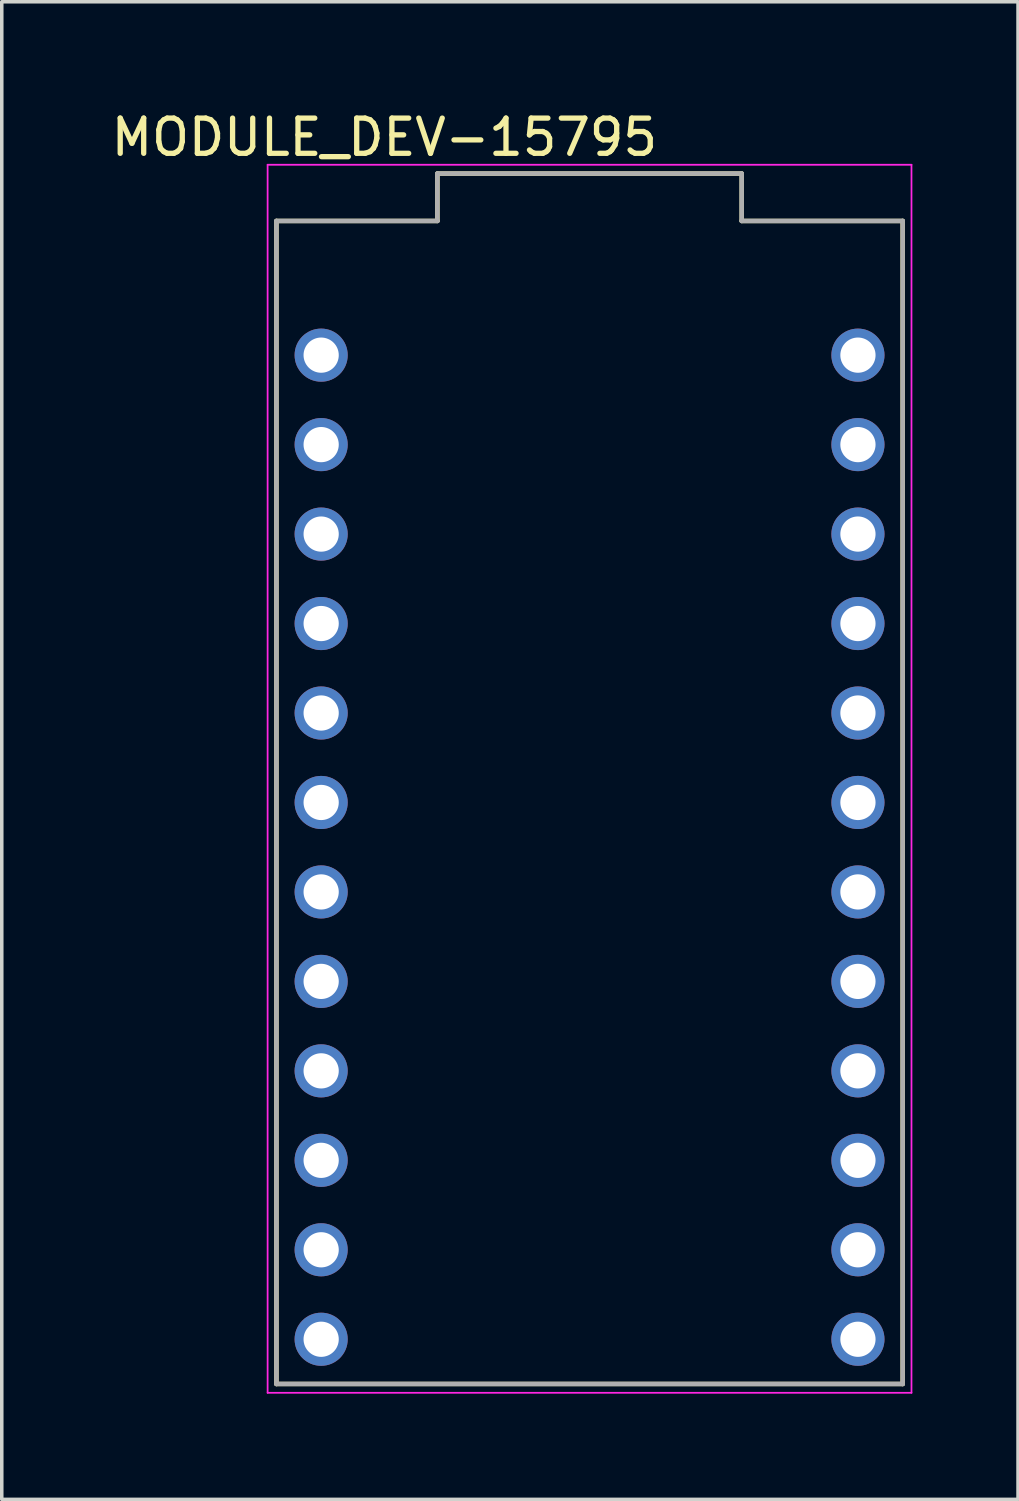
<source format=kicad_pcb>
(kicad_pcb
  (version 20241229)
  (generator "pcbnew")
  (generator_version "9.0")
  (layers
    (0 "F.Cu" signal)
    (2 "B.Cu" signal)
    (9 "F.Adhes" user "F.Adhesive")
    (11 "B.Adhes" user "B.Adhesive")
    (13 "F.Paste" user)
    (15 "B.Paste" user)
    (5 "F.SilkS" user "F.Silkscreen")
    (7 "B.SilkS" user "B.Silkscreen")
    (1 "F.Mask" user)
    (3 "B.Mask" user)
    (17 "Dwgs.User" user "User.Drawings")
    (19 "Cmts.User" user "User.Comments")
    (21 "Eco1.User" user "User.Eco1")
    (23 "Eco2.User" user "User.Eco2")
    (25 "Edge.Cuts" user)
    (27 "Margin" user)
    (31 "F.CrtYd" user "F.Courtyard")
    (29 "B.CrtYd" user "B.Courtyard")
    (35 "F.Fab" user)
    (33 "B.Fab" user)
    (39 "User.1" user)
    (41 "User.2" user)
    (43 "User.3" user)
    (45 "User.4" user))
  (footprint "MODULE_DEV-15795"
    (layer "F.Cu")
    (at 13.688 19.733)
    (property "Reference" "MODULE_DEV-15795" (at -5.825 -18.885 0) (layer "F.SilkS") (effects (font (size 1 1) (thickness 0.15))))
    (attr through_hole)
    (fp_line (start -8.89 16.51) (end -8.89 -16.51) (stroke (width 0.127) (type solid)) (layer "F.SilkS"))
    (fp_line (start -4.32 -17.855) (end 4.32 -17.855) (stroke (width 0.127) (type solid)) (layer "F.SilkS"))
    (fp_line (start -4.32 -16.51) (end -8.89 -16.51) (stroke (width 0.127) (type solid)) (layer "F.SilkS"))
    (fp_line (start -4.32 -16.51) (end -4.32 -17.855) (stroke (width 0.127) (type solid)) (layer "F.SilkS"))
    (fp_line (start 4.32 -17.855) (end 4.32 -16.51) (stroke (width 0.127) (type solid)) (layer "F.SilkS"))
    (fp_line (start 4.32 -16.51) (end 8.89 -16.51) (stroke (width 0.127) (type solid)) (layer "F.SilkS"))
    (fp_line (start 8.89 -16.51) (end 8.89 16.51) (stroke (width 0.127) (type solid)) (layer "F.SilkS"))
    (fp_line (start 8.89 16.51) (end -8.89 16.51) (stroke (width 0.127) (type solid)) (layer "F.SilkS"))
    (fp_line (start -9.14 -18.105) (end -9.14 16.76) (stroke (width 0.05) (type solid)) (layer "F.CrtYd"))
    (fp_line (start -9.14 16.76) (end 9.14 16.76) (stroke (width 0.05) (type solid)) (layer "F.CrtYd"))
    (fp_line (start 9.14 -18.105) (end -9.14 -18.105) (stroke (width 0.05) (type solid)) (layer "F.CrtYd"))
    (fp_line (start 9.14 16.76) (end 9.14 -18.105) (stroke (width 0.05) (type solid)) (layer "F.CrtYd"))
    (fp_line (start -8.89 16.51) (end -8.89 -16.51) (stroke (width 0.127) (type solid)) (layer "F.Fab"))
    (fp_line (start -4.32 -17.855) (end 4.32 -17.855) (stroke (width 0.127) (type solid)) (layer "F.Fab"))
    (fp_line (start -4.32 -16.51) (end -8.89 -16.51) (stroke (width 0.127) (type solid)) (layer "F.Fab"))
    (fp_line (start -4.32 -16.51) (end -4.32 -17.855) (stroke (width 0.127) (type solid)) (layer "F.Fab"))
    (fp_line (start 4.32 -17.855) (end 4.32 -16.51) (stroke (width 0.127) (type solid)) (layer "F.Fab"))
    (fp_line (start 4.32 -16.51) (end 8.89 -16.51) (stroke (width 0.127) (type solid)) (layer "F.Fab"))
    (fp_line (start 8.89 -16.51) (end 8.89 16.51) (stroke (width 0.127) (type solid)) (layer "F.Fab"))
    (fp_line (start 8.89 16.51) (end -8.89 16.51) (stroke (width 0.127) (type solid)) (layer "F.Fab"))
    (pad "J3_1" thru_hole circle (at -7.62 15.24) (size 1.508 1.508) (drill 1) (layers "*.Cu" "*.Mask"))
    (pad "J3_2" thru_hole circle (at -7.62 12.7) (size 1.508 1.508) (drill 1) (layers "*.Cu" "*.Mask"))
    (pad "J3_3" thru_hole circle (at -7.62 10.16) (size 1.508 1.508) (drill 1) (layers "*.Cu" "*.Mask"))
    (pad "J3_4" thru_hole circle (at -7.62 7.62) (size 1.508 1.508) (drill 1) (layers "*.Cu" "*.Mask"))
    (pad "J3_5" thru_hole circle (at -7.62 5.08) (size 1.508 1.508) (drill 1) (layers "*.Cu" "*.Mask"))
    (pad "J3_6" thru_hole circle (at -7.62 2.54) (size 1.508 1.508) (drill 1) (layers "*.Cu" "*.Mask"))
    (pad "J3_7" thru_hole circle (at -7.62 0) (size 1.508 1.508) (drill 1) (layers "*.Cu" "*.Mask"))
    (pad "J3_8" thru_hole circle (at -7.62 -2.54) (size 1.508 1.508) (drill 1) (layers "*.Cu" "*.Mask"))
    (pad "J3_9" thru_hole circle (at -7.62 -5.08) (size 1.508 1.508) (drill 1) (layers "*.Cu" "*.Mask"))
    (pad "J3_10" thru_hole circle (at -7.62 -7.62) (size 1.508 1.508) (drill 1) (layers "*.Cu" "*.Mask"))
    (pad "J3_11" thru_hole circle (at -7.62 -10.16) (size 1.508 1.508) (drill 1) (layers "*.Cu" "*.Mask"))
    (pad "J3_12" thru_hole circle (at -7.62 -12.7) (size 1.508 1.508) (drill 1) (layers "*.Cu" "*.Mask"))
    (pad "J4_1" thru_hole circle (at 7.62 -12.7) (size 1.508 1.508) (drill 1) (layers "*.Cu" "*.Mask"))
    (pad "J4_2" thru_hole circle (at 7.62 -10.16) (size 1.508 1.508) (drill 1) (layers "*.Cu" "*.Mask"))
    (pad "J4_3" thru_hole circle (at 7.62 -7.62) (size 1.508 1.508) (drill 1) (layers "*.Cu" "*.Mask"))
    (pad "J4_4" thru_hole circle (at 7.62 -5.08) (size 1.508 1.508) (drill 1) (layers "*.Cu" "*.Mask"))
    (pad "J4_5" thru_hole circle (at 7.62 -2.54) (size 1.508 1.508) (drill 1) (layers "*.Cu" "*.Mask"))
    (pad "J4_6" thru_hole circle (at 7.62 0) (size 1.508 1.508) (drill 1) (layers "*.Cu" "*.Mask"))
    (pad "J4_7" thru_hole circle (at 7.62 2.54) (size 1.508 1.508) (drill 1) (layers "*.Cu" "*.Mask"))
    (pad "J4_8" thru_hole circle (at 7.62 5.08) (size 1.508 1.508) (drill 1) (layers "*.Cu" "*.Mask"))
    (pad "J4_9" thru_hole circle (at 7.62 7.62) (size 1.508 1.508) (drill 1) (layers "*.Cu" "*.Mask"))
    (pad "J4_10" thru_hole circle (at 7.62 10.16) (size 1.508 1.508) (drill 1) (layers "*.Cu" "*.Mask"))
    (pad "J4_11" thru_hole circle (at 7.62 12.7) (size 1.508 1.508) (drill 1) (layers "*.Cu" "*.Mask"))
    (pad "J4_12" thru_hole circle (at 7.62 15.24) (size 1.508 1.508) (drill 1) (layers "*.Cu" "*.Mask")))
  (gr_rect
    (start -3 -3)
    (end 25.853 39.518)
    (stroke (width 0.1) (type default))
    (fill no)
    (layer "Edge.Cuts")))
</source>
